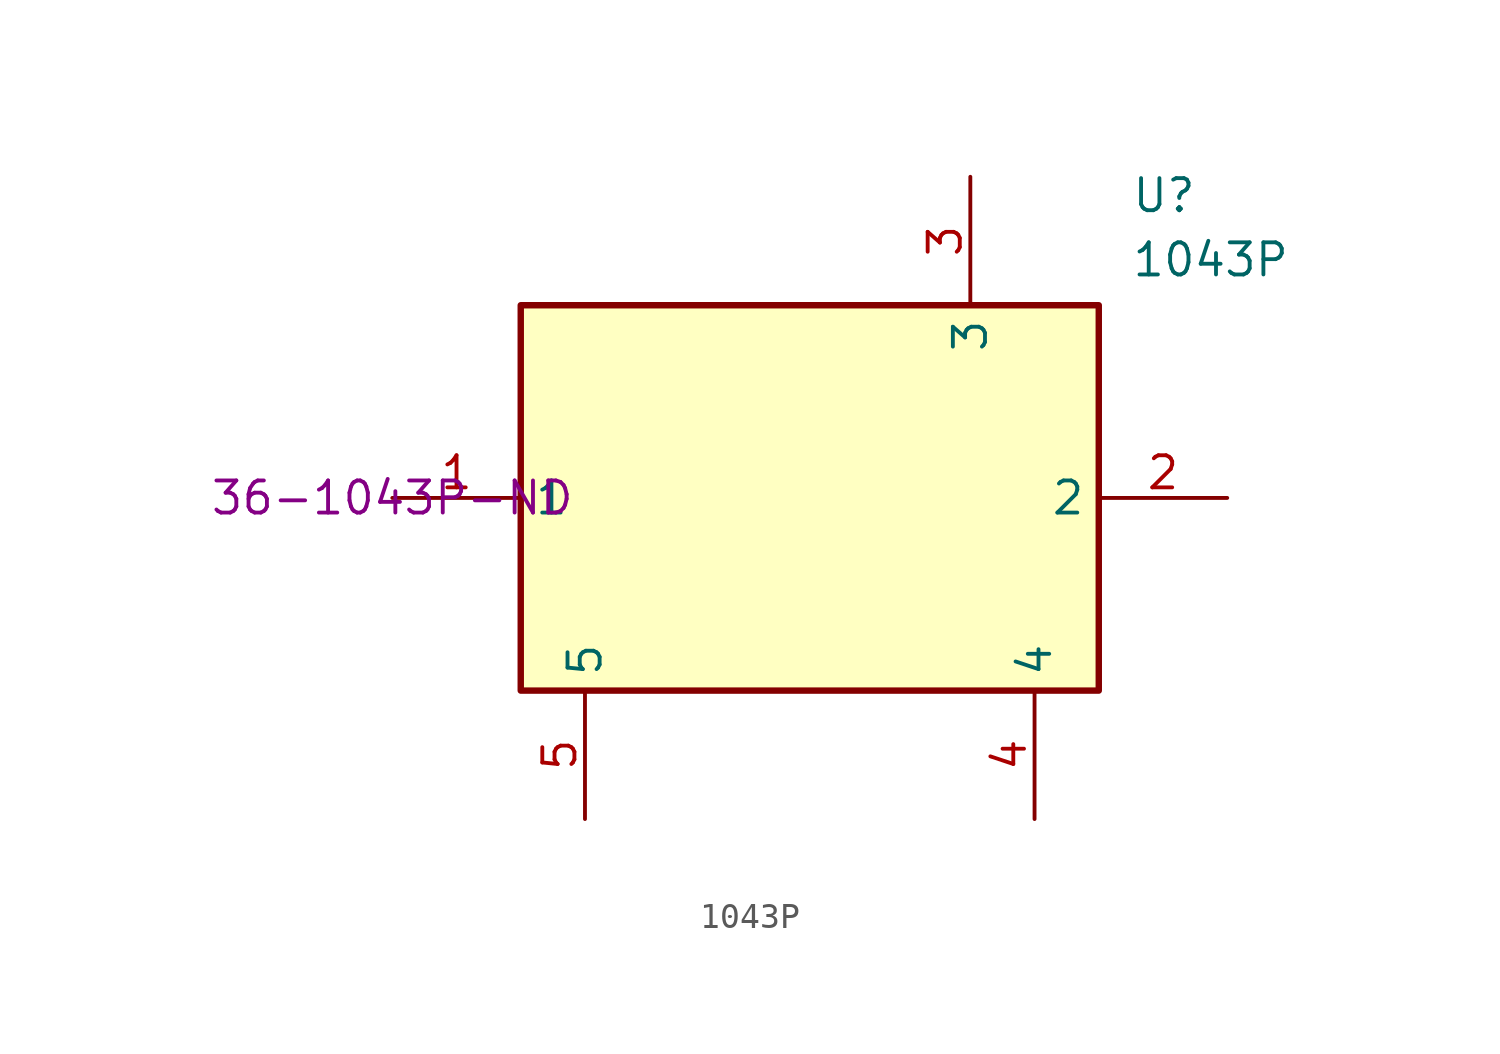
<source format=kicad_sym>
(kicad_symbol_lib
  (version 20220914)
  (generator kicad_symbol_editor)
  (symbol "1043P"
    (property "Reference" "U"
      (at 29.21 12.7 0)
      (effects (font (size 1.27 1.27)) (justify left top)))
    (property "Value" "1043P"
      (at 29.21 10.16 0)
      (effects (font (size 1.27 1.27)) (justify left top)))
    (property "Digikey" "36-1043P-ND"
      (at 0 0 0)
      (effects (font (size 1.27 1.27))))
    (symbol "1043P_1_1"
      (rectangle (start 5.08 7.62) (end 27.94 -7.62) (stroke (width 0.254) (type default)) (fill (type background)))
      (pin passive line (at 0 0 0) (length 5.08) (name "1" (effects (font (size 1.27 1.27)))) (number "1" (effects (font (size 1.27 1.27)))))
      (pin passive line (at 33.02 0 180) (length 5.08) (name "2" (effects (font (size 1.27 1.27)))) (number "2" (effects (font (size 1.27 1.27)))))
      (pin passive line (at 22.86 12.7 270) (length 5.08) (name "3" (effects (font (size 1.27 1.27)))) (number "3" (effects (font (size 1.27 1.27)))))
      (pin passive line (at 25.4 -12.7 90) (length 5.08) (name "4" (effects (font (size 1.27 1.27)))) (number "4" (effects (font (size 1.27 1.27)))))
      (pin passive line (at 7.62 -12.7 90) (length 5.08) (name "5" (effects (font (size 1.27 1.27)))) (number "5" (effects (font (size 1.27 1.27))))))))
</source>
